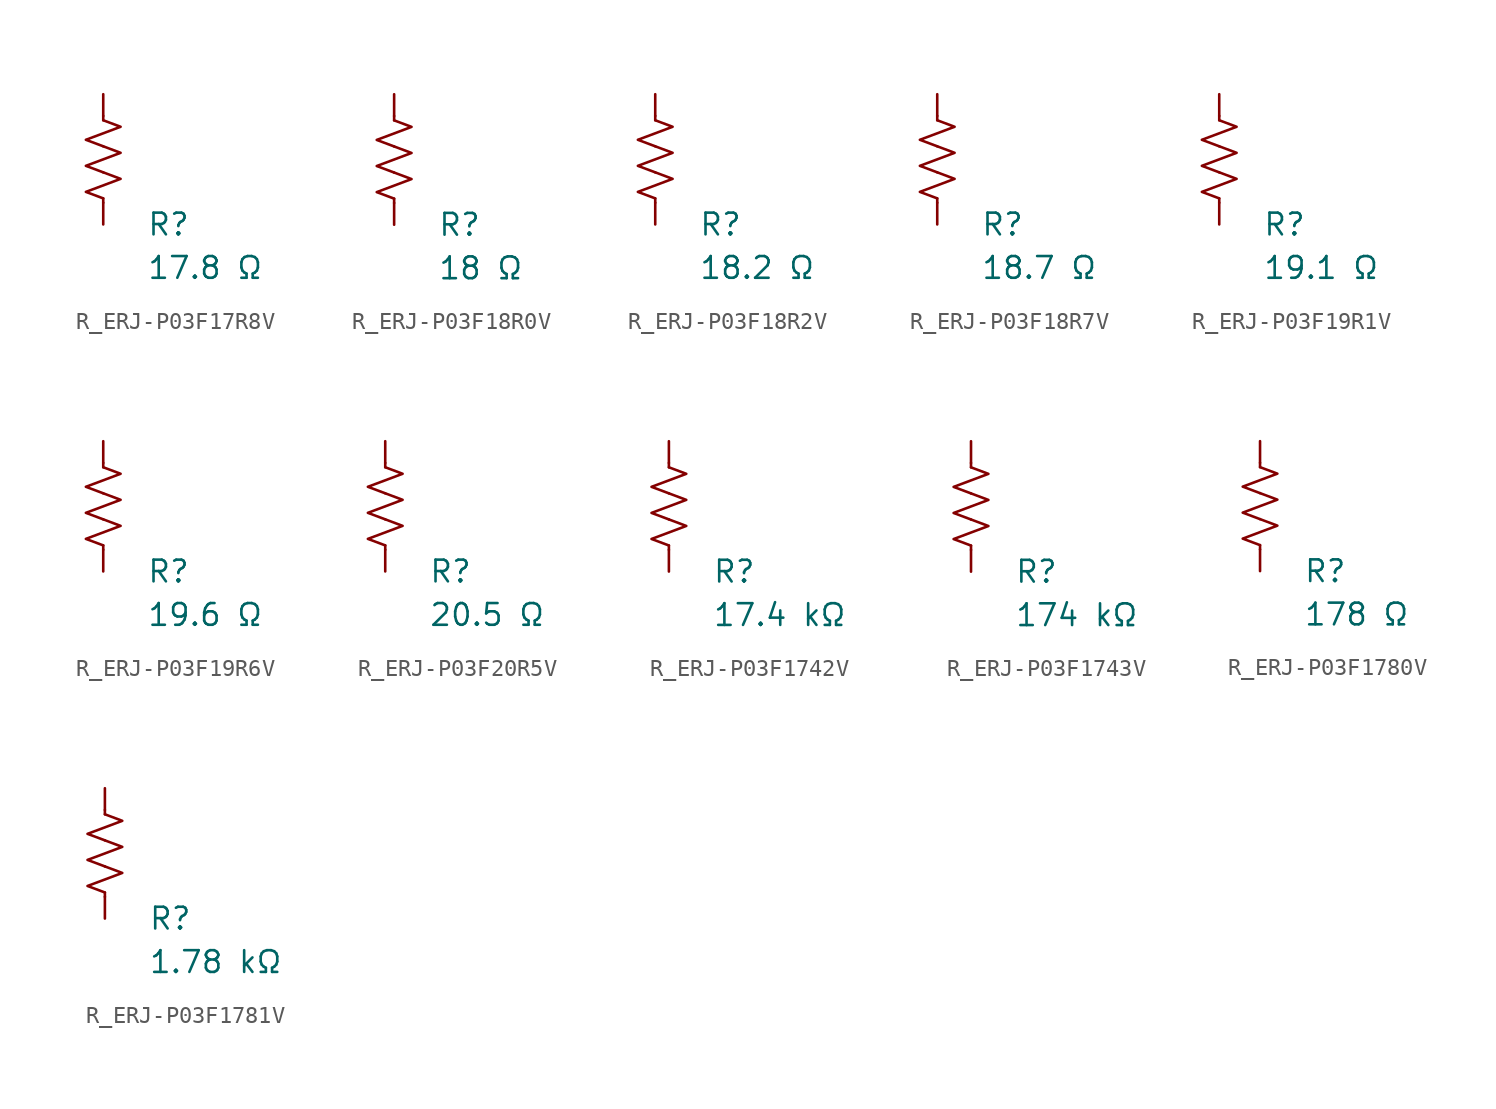
<source format=kicad_sym>
(kicad_symbol_lib
  (version 20231120)
  (generator "kicad_symbol_editor")
  (generator_version "8.0")
  (symbol "R_ERJ-P03F17R8V"
    (pin_numbers hide)
    (pin_names
      (offset 0))
    (property "Reference" "R"
      (at 2.54 -3.81 0)
      (effects (font (size 1.27 1.27)) (justify left))
      (show_name no))
    (property "Value" "17.8 Ω"
      (at 2.54 -6.35 0)
      (effects (font (size 1.27 1.27)) (justify left))
      (show_name no))
    (symbol "R_ERJ-P03F17R8V_0_1"
      (polyline (pts (xy 0 -2.286) (xy 0 -2.54)) (stroke (width 0) (type default)) (fill (type none)))
      (polyline (pts (xy 0 2.286) (xy 0 2.54)) (stroke (width 0) (type default)) (fill (type none)))
      (polyline (pts (xy 0 -0.762) (xy 1.016 -1.143) (xy 0 -1.524) (xy -1.016 -1.905) (xy 0 -2.286)) (stroke (width 0) (type default)) (fill (type none)))
      (polyline (pts (xy 0 0.762) (xy 1.016 0.381) (xy 0 0) (xy -1.016 -0.381) (xy 0 -0.762)) (stroke (width 0) (type default)) (fill (type none)))
      (polyline (pts (xy 0 2.286) (xy 1.016 1.905) (xy 0 1.524) (xy -1.016 1.143) (xy 0 0.762)) (stroke (width 0) (type default)) (fill (type none))))
    (symbol "R_ERJ-P03F17R8V_1_1"
      (pin passive line (at 0 3.81 270) (length 1.27) (name "~" (effects (font (size 1.27 1.27)))) (number "1" (effects (font (size 1.27 1.27)))))
      (pin passive line (at 0 -3.81 90) (length 1.27) (name "~" (effects (font (size 1.27 1.27)))) (number "2" (effects (font (size 1.27 1.27)))))))
  (symbol "R_ERJ-P03F18R0V"
    (pin_numbers hide)
    (pin_names
      (offset 0))
    (property "Reference" "R"
      (at 2.54 -3.81 0)
      (effects (font (size 1.27 1.27)) (justify left))
      (show_name no))
    (property "Value" "18 Ω"
      (at 2.54 -6.35 0)
      (effects (font (size 1.27 1.27)) (justify left))
      (show_name no))
    (symbol "R_ERJ-P03F18R0V_0_1"
      (polyline (pts (xy 0 -2.286) (xy 0 -2.54)) (stroke (width 0) (type default)) (fill (type none)))
      (polyline (pts (xy 0 2.286) (xy 0 2.54)) (stroke (width 0) (type default)) (fill (type none)))
      (polyline (pts (xy 0 -0.762) (xy 1.016 -1.143) (xy 0 -1.524) (xy -1.016 -1.905) (xy 0 -2.286)) (stroke (width 0) (type default)) (fill (type none)))
      (polyline (pts (xy 0 0.762) (xy 1.016 0.381) (xy 0 0) (xy -1.016 -0.381) (xy 0 -0.762)) (stroke (width 0) (type default)) (fill (type none)))
      (polyline (pts (xy 0 2.286) (xy 1.016 1.905) (xy 0 1.524) (xy -1.016 1.143) (xy 0 0.762)) (stroke (width 0) (type default)) (fill (type none))))
    (symbol "R_ERJ-P03F18R0V_1_1"
      (pin passive line (at 0 3.81 270) (length 1.27) (name "~" (effects (font (size 1.27 1.27)))) (number "1" (effects (font (size 1.27 1.27)))))
      (pin passive line (at 0 -3.81 90) (length 1.27) (name "~" (effects (font (size 1.27 1.27)))) (number "2" (effects (font (size 1.27 1.27)))))))
  (symbol "R_ERJ-P03F18R2V"
    (pin_numbers hide)
    (pin_names
      (offset 0))
    (property "Reference" "R"
      (at 2.54 -3.81 0)
      (effects (font (size 1.27 1.27)) (justify left))
      (show_name no))
    (property "Value" "18.2 Ω"
      (at 2.54 -6.35 0)
      (effects (font (size 1.27 1.27)) (justify left))
      (show_name no))
    (symbol "R_ERJ-P03F18R2V_0_1"
      (polyline (pts (xy 0 -2.286) (xy 0 -2.54)) (stroke (width 0) (type default)) (fill (type none)))
      (polyline (pts (xy 0 2.286) (xy 0 2.54)) (stroke (width 0) (type default)) (fill (type none)))
      (polyline (pts (xy 0 -0.762) (xy 1.016 -1.143) (xy 0 -1.524) (xy -1.016 -1.905) (xy 0 -2.286)) (stroke (width 0) (type default)) (fill (type none)))
      (polyline (pts (xy 0 0.762) (xy 1.016 0.381) (xy 0 0) (xy -1.016 -0.381) (xy 0 -0.762)) (stroke (width 0) (type default)) (fill (type none)))
      (polyline (pts (xy 0 2.286) (xy 1.016 1.905) (xy 0 1.524) (xy -1.016 1.143) (xy 0 0.762)) (stroke (width 0) (type default)) (fill (type none))))
    (symbol "R_ERJ-P03F18R2V_1_1"
      (pin passive line (at 0 3.81 270) (length 1.27) (name "~" (effects (font (size 1.27 1.27)))) (number "1" (effects (font (size 1.27 1.27)))))
      (pin passive line (at 0 -3.81 90) (length 1.27) (name "~" (effects (font (size 1.27 1.27)))) (number "2" (effects (font (size 1.27 1.27)))))))
  (symbol "R_ERJ-P03F18R7V"
    (pin_numbers hide)
    (pin_names
      (offset 0))
    (property "Reference" "R"
      (at 2.54 -3.81 0)
      (effects (font (size 1.27 1.27)) (justify left))
      (show_name no))
    (property "Value" "18.7 Ω"
      (at 2.54 -6.35 0)
      (effects (font (size 1.27 1.27)) (justify left))
      (show_name no))
    (symbol "R_ERJ-P03F18R7V_0_1"
      (polyline (pts (xy 0 -2.286) (xy 0 -2.54)) (stroke (width 0) (type default)) (fill (type none)))
      (polyline (pts (xy 0 2.286) (xy 0 2.54)) (stroke (width 0) (type default)) (fill (type none)))
      (polyline (pts (xy 0 -0.762) (xy 1.016 -1.143) (xy 0 -1.524) (xy -1.016 -1.905) (xy 0 -2.286)) (stroke (width 0) (type default)) (fill (type none)))
      (polyline (pts (xy 0 0.762) (xy 1.016 0.381) (xy 0 0) (xy -1.016 -0.381) (xy 0 -0.762)) (stroke (width 0) (type default)) (fill (type none)))
      (polyline (pts (xy 0 2.286) (xy 1.016 1.905) (xy 0 1.524) (xy -1.016 1.143) (xy 0 0.762)) (stroke (width 0) (type default)) (fill (type none))))
    (symbol "R_ERJ-P03F18R7V_1_1"
      (pin passive line (at 0 3.81 270) (length 1.27) (name "~" (effects (font (size 1.27 1.27)))) (number "1" (effects (font (size 1.27 1.27)))))
      (pin passive line (at 0 -3.81 90) (length 1.27) (name "~" (effects (font (size 1.27 1.27)))) (number "2" (effects (font (size 1.27 1.27)))))))
  (symbol "R_ERJ-P03F19R1V"
    (pin_numbers hide)
    (pin_names
      (offset 0))
    (property "Reference" "R"
      (at 2.54 -3.81 0)
      (effects (font (size 1.27 1.27)) (justify left))
      (show_name no))
    (property "Value" "19.1 Ω"
      (at 2.54 -6.35 0)
      (effects (font (size 1.27 1.27)) (justify left))
      (show_name no))
    (symbol "R_ERJ-P03F19R1V_0_1"
      (polyline (pts (xy 0 -2.286) (xy 0 -2.54)) (stroke (width 0) (type default)) (fill (type none)))
      (polyline (pts (xy 0 2.286) (xy 0 2.54)) (stroke (width 0) (type default)) (fill (type none)))
      (polyline (pts (xy 0 -0.762) (xy 1.016 -1.143) (xy 0 -1.524) (xy -1.016 -1.905) (xy 0 -2.286)) (stroke (width 0) (type default)) (fill (type none)))
      (polyline (pts (xy 0 0.762) (xy 1.016 0.381) (xy 0 0) (xy -1.016 -0.381) (xy 0 -0.762)) (stroke (width 0) (type default)) (fill (type none)))
      (polyline (pts (xy 0 2.286) (xy 1.016 1.905) (xy 0 1.524) (xy -1.016 1.143) (xy 0 0.762)) (stroke (width 0) (type default)) (fill (type none))))
    (symbol "R_ERJ-P03F19R1V_1_1"
      (pin passive line (at 0 3.81 270) (length 1.27) (name "~" (effects (font (size 1.27 1.27)))) (number "1" (effects (font (size 1.27 1.27)))))
      (pin passive line (at 0 -3.81 90) (length 1.27) (name "~" (effects (font (size 1.27 1.27)))) (number "2" (effects (font (size 1.27 1.27)))))))
  (symbol "R_ERJ-P03F19R6V"
    (pin_numbers hide)
    (pin_names
      (offset 0))
    (property "Reference" "R"
      (at 2.54 -3.81 0)
      (effects (font (size 1.27 1.27)) (justify left))
      (show_name no))
    (property "Value" "19.6 Ω"
      (at 2.54 -6.35 0)
      (effects (font (size 1.27 1.27)) (justify left))
      (show_name no))
    (symbol "R_ERJ-P03F19R6V_0_1"
      (polyline (pts (xy 0 -2.286) (xy 0 -2.54)) (stroke (width 0) (type default)) (fill (type none)))
      (polyline (pts (xy 0 2.286) (xy 0 2.54)) (stroke (width 0) (type default)) (fill (type none)))
      (polyline (pts (xy 0 -0.762) (xy 1.016 -1.143) (xy 0 -1.524) (xy -1.016 -1.905) (xy 0 -2.286)) (stroke (width 0) (type default)) (fill (type none)))
      (polyline (pts (xy 0 0.762) (xy 1.016 0.381) (xy 0 0) (xy -1.016 -0.381) (xy 0 -0.762)) (stroke (width 0) (type default)) (fill (type none)))
      (polyline (pts (xy 0 2.286) (xy 1.016 1.905) (xy 0 1.524) (xy -1.016 1.143) (xy 0 0.762)) (stroke (width 0) (type default)) (fill (type none))))
    (symbol "R_ERJ-P03F19R6V_1_1"
      (pin passive line (at 0 3.81 270) (length 1.27) (name "~" (effects (font (size 1.27 1.27)))) (number "1" (effects (font (size 1.27 1.27)))))
      (pin passive line (at 0 -3.81 90) (length 1.27) (name "~" (effects (font (size 1.27 1.27)))) (number "2" (effects (font (size 1.27 1.27)))))))
  (symbol "R_ERJ-P03F20R5V"
    (pin_numbers hide)
    (pin_names
      (offset 0))
    (property "Reference" "R"
      (at 2.54 -3.81 0)
      (effects (font (size 1.27 1.27)) (justify left))
      (show_name no))
    (property "Value" "20.5 Ω"
      (at 2.54 -6.35 0)
      (effects (font (size 1.27 1.27)) (justify left))
      (show_name no))
    (symbol "R_ERJ-P03F20R5V_0_1"
      (polyline (pts (xy 0 -2.286) (xy 0 -2.54)) (stroke (width 0) (type default)) (fill (type none)))
      (polyline (pts (xy 0 2.286) (xy 0 2.54)) (stroke (width 0) (type default)) (fill (type none)))
      (polyline (pts (xy 0 -0.762) (xy 1.016 -1.143) (xy 0 -1.524) (xy -1.016 -1.905) (xy 0 -2.286)) (stroke (width 0) (type default)) (fill (type none)))
      (polyline (pts (xy 0 0.762) (xy 1.016 0.381) (xy 0 0) (xy -1.016 -0.381) (xy 0 -0.762)) (stroke (width 0) (type default)) (fill (type none)))
      (polyline (pts (xy 0 2.286) (xy 1.016 1.905) (xy 0 1.524) (xy -1.016 1.143) (xy 0 0.762)) (stroke (width 0) (type default)) (fill (type none))))
    (symbol "R_ERJ-P03F20R5V_1_1"
      (pin passive line (at 0 3.81 270) (length 1.27) (name "~" (effects (font (size 1.27 1.27)))) (number "1" (effects (font (size 1.27 1.27)))))
      (pin passive line (at 0 -3.81 90) (length 1.27) (name "~" (effects (font (size 1.27 1.27)))) (number "2" (effects (font (size 1.27 1.27)))))))
  (symbol "R_ERJ-P03F1742V"
    (pin_numbers hide)
    (pin_names
      (offset 0))
    (property "Reference" "R"
      (at 2.54 -3.81 0)
      (effects (font (size 1.27 1.27)) (justify left))
      (show_name no))
    (property "Value" "17.4 kΩ"
      (at 2.54 -6.35 0)
      (effects (font (size 1.27 1.27)) (justify left))
      (show_name no))
    (symbol "R_ERJ-P03F1742V_0_1"
      (polyline (pts (xy 0 -2.286) (xy 0 -2.54)) (stroke (width 0) (type default)) (fill (type none)))
      (polyline (pts (xy 0 2.286) (xy 0 2.54)) (stroke (width 0) (type default)) (fill (type none)))
      (polyline (pts (xy 0 -0.762) (xy 1.016 -1.143) (xy 0 -1.524) (xy -1.016 -1.905) (xy 0 -2.286)) (stroke (width 0) (type default)) (fill (type none)))
      (polyline (pts (xy 0 0.762) (xy 1.016 0.381) (xy 0 0) (xy -1.016 -0.381) (xy 0 -0.762)) (stroke (width 0) (type default)) (fill (type none)))
      (polyline (pts (xy 0 2.286) (xy 1.016 1.905) (xy 0 1.524) (xy -1.016 1.143) (xy 0 0.762)) (stroke (width 0) (type default)) (fill (type none))))
    (symbol "R_ERJ-P03F1742V_1_1"
      (pin passive line (at 0 3.81 270) (length 1.27) (name "~" (effects (font (size 1.27 1.27)))) (number "1" (effects (font (size 1.27 1.27)))))
      (pin passive line (at 0 -3.81 90) (length 1.27) (name "~" (effects (font (size 1.27 1.27)))) (number "2" (effects (font (size 1.27 1.27)))))))
  (symbol "R_ERJ-P03F1743V"
    (pin_numbers hide)
    (pin_names
      (offset 0))
    (property "Reference" "R"
      (at 2.54 -3.81 0)
      (effects (font (size 1.27 1.27)) (justify left))
      (show_name no))
    (property "Value" "174 kΩ"
      (at 2.54 -6.35 0)
      (effects (font (size 1.27 1.27)) (justify left))
      (show_name no))
    (symbol "R_ERJ-P03F1743V_0_1"
      (polyline (pts (xy 0 -2.286) (xy 0 -2.54)) (stroke (width 0) (type default)) (fill (type none)))
      (polyline (pts (xy 0 2.286) (xy 0 2.54)) (stroke (width 0) (type default)) (fill (type none)))
      (polyline (pts (xy 0 -0.762) (xy 1.016 -1.143) (xy 0 -1.524) (xy -1.016 -1.905) (xy 0 -2.286)) (stroke (width 0) (type default)) (fill (type none)))
      (polyline (pts (xy 0 0.762) (xy 1.016 0.381) (xy 0 0) (xy -1.016 -0.381) (xy 0 -0.762)) (stroke (width 0) (type default)) (fill (type none)))
      (polyline (pts (xy 0 2.286) (xy 1.016 1.905) (xy 0 1.524) (xy -1.016 1.143) (xy 0 0.762)) (stroke (width 0) (type default)) (fill (type none))))
    (symbol "R_ERJ-P03F1743V_1_1"
      (pin passive line (at 0 3.81 270) (length 1.27) (name "~" (effects (font (size 1.27 1.27)))) (number "1" (effects (font (size 1.27 1.27)))))
      (pin passive line (at 0 -3.81 90) (length 1.27) (name "~" (effects (font (size 1.27 1.27)))) (number "2" (effects (font (size 1.27 1.27)))))))
  (symbol "R_ERJ-P03F1780V"
    (pin_numbers hide)
    (pin_names
      (offset 0))
    (property "Reference" "R"
      (at 2.54 -3.81 0)
      (effects (font (size 1.27 1.27)) (justify left))
      (show_name no))
    (property "Value" "178 Ω"
      (at 2.54 -6.35 0)
      (effects (font (size 1.27 1.27)) (justify left))
      (show_name no))
    (symbol "R_ERJ-P03F1780V_0_1"
      (polyline (pts (xy 0 -2.286) (xy 0 -2.54)) (stroke (width 0) (type default)) (fill (type none)))
      (polyline (pts (xy 0 2.286) (xy 0 2.54)) (stroke (width 0) (type default)) (fill (type none)))
      (polyline (pts (xy 0 -0.762) (xy 1.016 -1.143) (xy 0 -1.524) (xy -1.016 -1.905) (xy 0 -2.286)) (stroke (width 0) (type default)) (fill (type none)))
      (polyline (pts (xy 0 0.762) (xy 1.016 0.381) (xy 0 0) (xy -1.016 -0.381) (xy 0 -0.762)) (stroke (width 0) (type default)) (fill (type none)))
      (polyline (pts (xy 0 2.286) (xy 1.016 1.905) (xy 0 1.524) (xy -1.016 1.143) (xy 0 0.762)) (stroke (width 0) (type default)) (fill (type none))))
    (symbol "R_ERJ-P03F1780V_1_1"
      (pin passive line (at 0 3.81 270) (length 1.27) (name "~" (effects (font (size 1.27 1.27)))) (number "1" (effects (font (size 1.27 1.27)))))
      (pin passive line (at 0 -3.81 90) (length 1.27) (name "~" (effects (font (size 1.27 1.27)))) (number "2" (effects (font (size 1.27 1.27)))))))
  (symbol "R_ERJ-P03F1781V"
    (pin_numbers hide)
    (pin_names
      (offset 0))
    (property "Reference" "R"
      (at 2.54 -3.81 0)
      (effects (font (size 1.27 1.27)) (justify left))
      (show_name no))
    (property "Value" "1.78 kΩ"
      (at 2.54 -6.35 0)
      (effects (font (size 1.27 1.27)) (justify left))
      (show_name no))
    (symbol "R_ERJ-P03F1781V_0_1"
      (polyline (pts (xy 0 -2.286) (xy 0 -2.54)) (stroke (width 0) (type default)) (fill (type none)))
      (polyline (pts (xy 0 2.286) (xy 0 2.54)) (stroke (width 0) (type default)) (fill (type none)))
      (polyline (pts (xy 0 -0.762) (xy 1.016 -1.143) (xy 0 -1.524) (xy -1.016 -1.905) (xy 0 -2.286)) (stroke (width 0) (type default)) (fill (type none)))
      (polyline (pts (xy 0 0.762) (xy 1.016 0.381) (xy 0 0) (xy -1.016 -0.381) (xy 0 -0.762)) (stroke (width 0) (type default)) (fill (type none)))
      (polyline (pts (xy 0 2.286) (xy 1.016 1.905) (xy 0 1.524) (xy -1.016 1.143) (xy 0 0.762)) (stroke (width 0) (type default)) (fill (type none))))
    (symbol "R_ERJ-P03F1781V_1_1"
      (pin passive line (at 0 3.81 270) (length 1.27) (name "~" (effects (font (size 1.27 1.27)))) (number "1" (effects (font (size 1.27 1.27)))))
      (pin passive line (at 0 -3.81 90) (length 1.27) (name "~" (effects (font (size 1.27 1.27)))) (number "2" (effects (font (size 1.27 1.27))))))))
</source>
